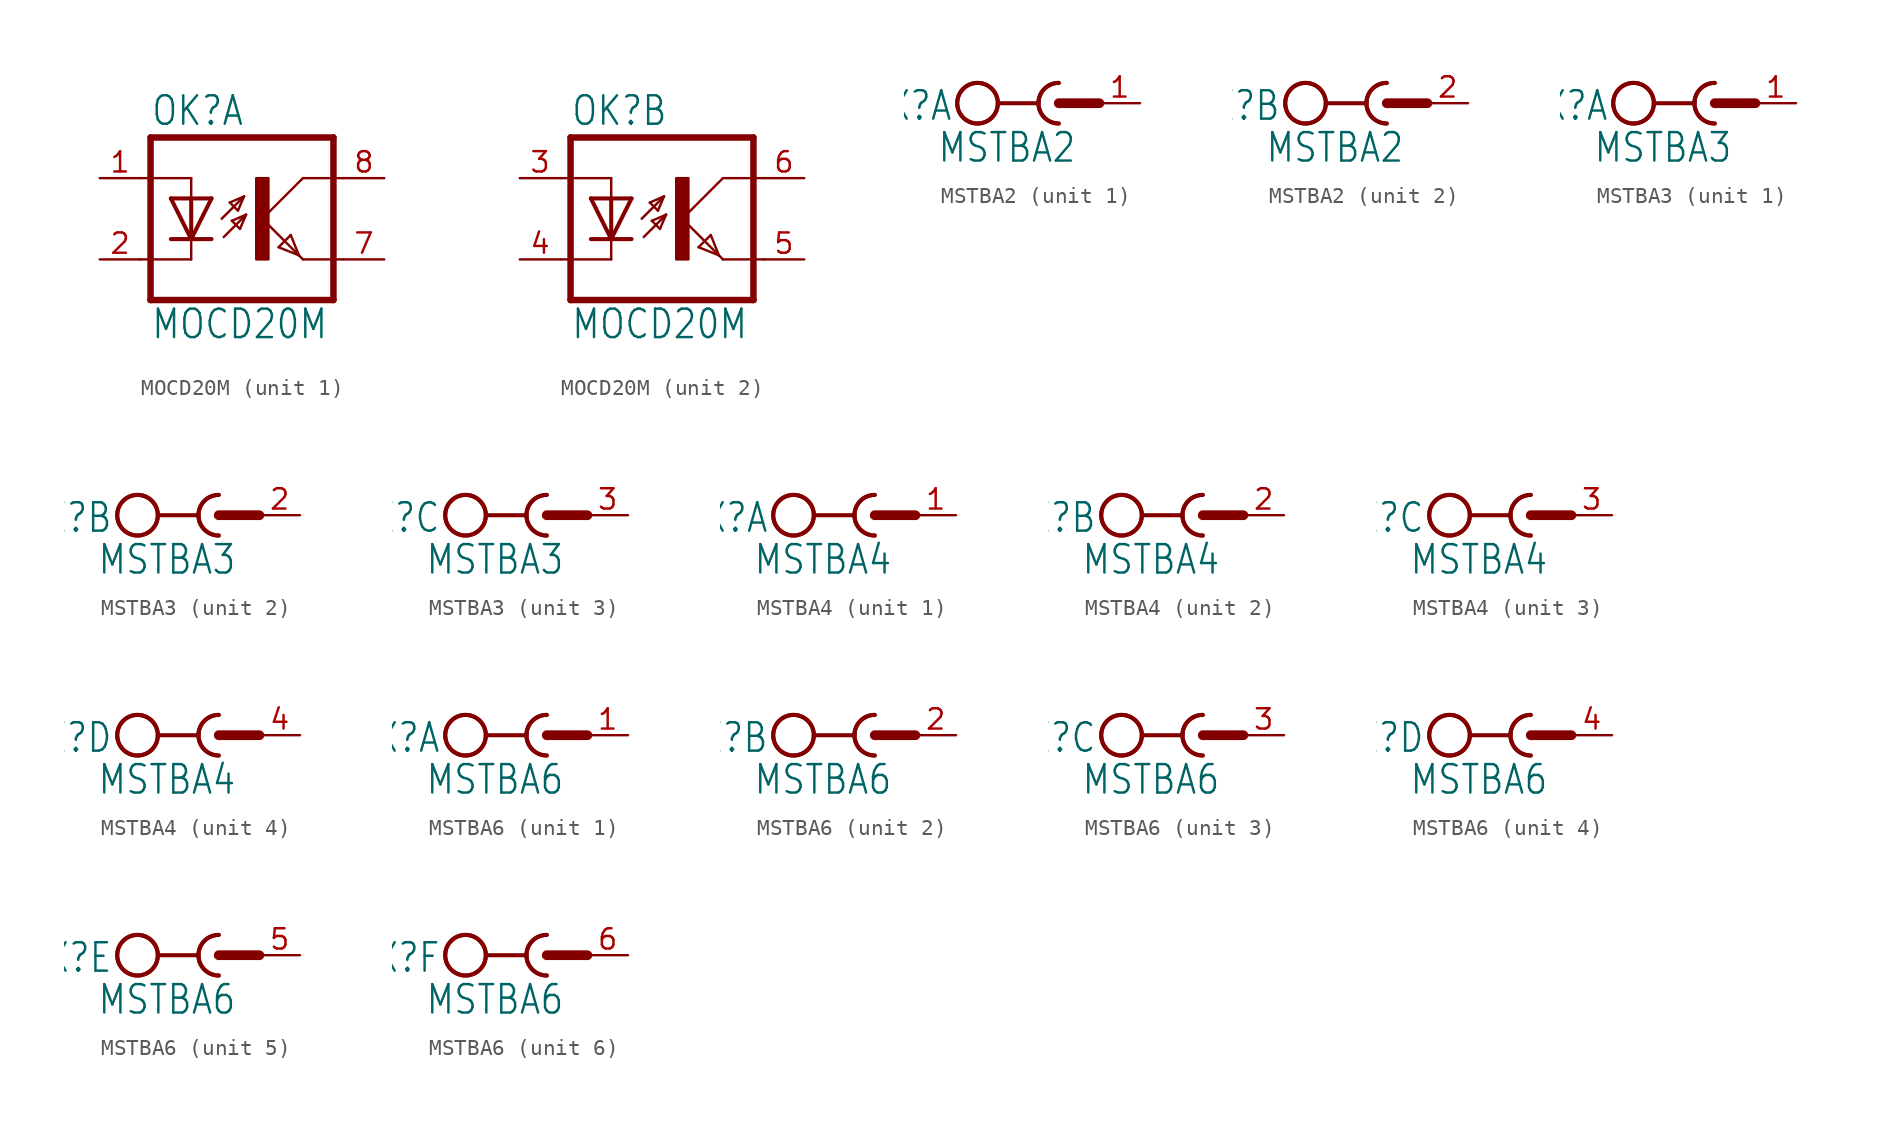
<source format=kicad_sym>
(kicad_symbol_lib
  (version 20220331)
  (generator kicad_symbol_editor)
  (symbol "MOCD20M"
    (property "Reference" "OK"
      (at -6.985 5.715 0)
      (effects (font (size 1.778 1.511)) (justify left bottom)))
    (property "Value" "MOCD20M"
      (at -6.985 -7.62 0)
      (effects (font (size 1.778 1.511)) (justify left bottom)))
    (property "ki_locked" ""
      (at 0 0 0)
      (effects (font (size 1.27 1.27))))
    (symbol "MOCD20M_1_0"
      (rectangle (start -0.381 -2.54) (end 0.381 2.54) (stroke (width 0) (type default)) (fill (type outline)))
      (polyline (pts (xy -6.985 -5.08) (xy 4.445 -5.08)) (stroke (width 0.406) (type solid)) (fill (type none)))
      (polyline (pts (xy -6.985 5.08) (xy -6.985 -5.08)) (stroke (width 0.406) (type solid)) (fill (type none)))
      (polyline (pts (xy -6.985 5.08) (xy 4.445 5.08)) (stroke (width 0.406) (type solid)) (fill (type none)))
      (polyline (pts (xy -4.445 -2.54) (xy -7.62 -2.54)) (stroke (width 0.152) (type solid)) (fill (type none)))
      (polyline (pts (xy -4.445 -1.27) (xy -5.715 -1.27)) (stroke (width 0.254) (type solid)) (fill (type none)))
      (polyline (pts (xy -4.445 -1.27) (xy -5.715 1.27)) (stroke (width 0.254) (type solid)) (fill (type none)))
      (polyline (pts (xy -4.445 -1.27) (xy -4.445 -2.54)) (stroke (width 0.152) (type solid)) (fill (type none)))
      (polyline (pts (xy -4.445 1.27) (xy -5.715 1.27)) (stroke (width 0.254) (type solid)) (fill (type none)))
      (polyline (pts (xy -4.445 1.27) (xy -4.445 -1.27)) (stroke (width 0.254) (type solid)) (fill (type none)))
      (polyline (pts (xy -4.445 2.54) (xy -7.62 2.54)) (stroke (width 0.152) (type solid)) (fill (type none)))
      (polyline (pts (xy -4.445 2.54) (xy -4.445 1.27)) (stroke (width 0.152) (type solid)) (fill (type none)))
      (polyline (pts (xy -3.175 -1.27) (xy -4.445 -1.27)) (stroke (width 0.254) (type solid)) (fill (type none)))
      (polyline (pts (xy -3.175 1.27) (xy -4.445 -1.27)) (stroke (width 0.254) (type solid)) (fill (type none)))
      (polyline (pts (xy -3.175 1.27) (xy -4.445 1.27)) (stroke (width 0.254) (type solid)) (fill (type none)))
      (polyline (pts (xy -2.54 0) (xy -1.143 1.397)) (stroke (width 0.152) (type solid)) (fill (type none)))
      (polyline (pts (xy -2.413 -1.143) (xy -1.016 0.254)) (stroke (width 0.152) (type solid)) (fill (type none)))
      (polyline (pts (xy -2.032 1.016) (xy -1.524 0.508)) (stroke (width 0.152) (type solid)) (fill (type none)))
      (polyline (pts (xy -1.905 -0.127) (xy -1.397 -0.635)) (stroke (width 0.152) (type solid)) (fill (type none)))
      (polyline (pts (xy -1.524 0.508) (xy -1.143 1.397)) (stroke (width 0.152) (type solid)) (fill (type none)))
      (polyline (pts (xy -1.397 -0.635) (xy -1.016 0.254)) (stroke (width 0.152) (type solid)) (fill (type none)))
      (polyline (pts (xy -1.143 1.397) (xy -2.032 1.016)) (stroke (width 0.152) (type solid)) (fill (type none)))
      (polyline (pts (xy -1.016 0.254) (xy -1.905 -0.127)) (stroke (width 0.152) (type solid)) (fill (type none)))
      (polyline (pts (xy 0 0) (xy 2.286 -2.286)) (stroke (width 0.152) (type solid)) (fill (type none)))
      (polyline (pts (xy 1.016 -1.778) (xy 1.778 -1.016)) (stroke (width 0.152) (type solid)) (fill (type none)))
      (polyline (pts (xy 1.778 -1.016) (xy 2.286 -2.286)) (stroke (width 0.152) (type solid)) (fill (type none)))
      (polyline (pts (xy 2.286 -2.286) (xy 1.016 -1.778)) (stroke (width 0.152) (type solid)) (fill (type none)))
      (polyline (pts (xy 2.286 -2.286) (xy 2.54 -2.54)) (stroke (width 0.152) (type solid)) (fill (type none)))
      (polyline (pts (xy 2.54 -2.54) (xy 5.08 -2.54)) (stroke (width 0.152) (type solid)) (fill (type none)))
      (polyline (pts (xy 2.54 2.54) (xy 0 0)) (stroke (width 0.152) (type solid)) (fill (type none)))
      (polyline (pts (xy 2.54 2.54) (xy 5.08 2.54)) (stroke (width 0.152) (type solid)) (fill (type none)))
      (polyline (pts (xy 4.445 5.08) (xy 4.445 -5.08)) (stroke (width 0.406) (type solid)) (fill (type none)))
      (pin passive line (at -10.16 2.54 0) (length 2.54) (name "A" (effects (font (size 0 0)))) (number "1" (effects (font (size 1.27 1.27)))))
      (pin passive line (at -10.16 -2.54 0) (length 2.54) (name "C" (effects (font (size 0 0)))) (number "2" (effects (font (size 1.27 1.27)))))
      (pin passive line (at 7.62 -2.54 180) (length 2.54) (name "EMIT" (effects (font (size 0 0)))) (number "7" (effects (font (size 1.27 1.27)))))
      (pin passive line (at 7.62 2.54 180) (length 2.54) (name "COL" (effects (font (size 0 0)))) (number "8" (effects (font (size 1.27 1.27))))))
    (symbol "MOCD20M_2_0"
      (rectangle (start -0.381 -2.54) (end 0.381 2.54) (stroke (width 0) (type default)) (fill (type outline)))
      (polyline (pts (xy -6.985 -5.08) (xy 4.445 -5.08)) (stroke (width 0.406) (type solid)) (fill (type none)))
      (polyline (pts (xy -6.985 5.08) (xy -6.985 -5.08)) (stroke (width 0.406) (type solid)) (fill (type none)))
      (polyline (pts (xy -6.985 5.08) (xy 4.445 5.08)) (stroke (width 0.406) (type solid)) (fill (type none)))
      (polyline (pts (xy -4.445 -2.54) (xy -7.62 -2.54)) (stroke (width 0.152) (type solid)) (fill (type none)))
      (polyline (pts (xy -4.445 -1.27) (xy -5.715 -1.27)) (stroke (width 0.254) (type solid)) (fill (type none)))
      (polyline (pts (xy -4.445 -1.27) (xy -5.715 1.27)) (stroke (width 0.254) (type solid)) (fill (type none)))
      (polyline (pts (xy -4.445 -1.27) (xy -4.445 -2.54)) (stroke (width 0.152) (type solid)) (fill (type none)))
      (polyline (pts (xy -4.445 1.27) (xy -5.715 1.27)) (stroke (width 0.254) (type solid)) (fill (type none)))
      (polyline (pts (xy -4.445 1.27) (xy -4.445 -1.27)) (stroke (width 0.254) (type solid)) (fill (type none)))
      (polyline (pts (xy -4.445 2.54) (xy -7.62 2.54)) (stroke (width 0.152) (type solid)) (fill (type none)))
      (polyline (pts (xy -4.445 2.54) (xy -4.445 1.27)) (stroke (width 0.152) (type solid)) (fill (type none)))
      (polyline (pts (xy -3.175 -1.27) (xy -4.445 -1.27)) (stroke (width 0.254) (type solid)) (fill (type none)))
      (polyline (pts (xy -3.175 1.27) (xy -4.445 -1.27)) (stroke (width 0.254) (type solid)) (fill (type none)))
      (polyline (pts (xy -3.175 1.27) (xy -4.445 1.27)) (stroke (width 0.254) (type solid)) (fill (type none)))
      (polyline (pts (xy -2.54 0) (xy -1.143 1.397)) (stroke (width 0.152) (type solid)) (fill (type none)))
      (polyline (pts (xy -2.413 -1.143) (xy -1.016 0.254)) (stroke (width 0.152) (type solid)) (fill (type none)))
      (polyline (pts (xy -2.032 1.016) (xy -1.524 0.508)) (stroke (width 0.152) (type solid)) (fill (type none)))
      (polyline (pts (xy -1.905 -0.127) (xy -1.397 -0.635)) (stroke (width 0.152) (type solid)) (fill (type none)))
      (polyline (pts (xy -1.524 0.508) (xy -1.143 1.397)) (stroke (width 0.152) (type solid)) (fill (type none)))
      (polyline (pts (xy -1.397 -0.635) (xy -1.016 0.254)) (stroke (width 0.152) (type solid)) (fill (type none)))
      (polyline (pts (xy -1.143 1.397) (xy -2.032 1.016)) (stroke (width 0.152) (type solid)) (fill (type none)))
      (polyline (pts (xy -1.016 0.254) (xy -1.905 -0.127)) (stroke (width 0.152) (type solid)) (fill (type none)))
      (polyline (pts (xy 0 0) (xy 2.286 -2.286)) (stroke (width 0.152) (type solid)) (fill (type none)))
      (polyline (pts (xy 1.016 -1.778) (xy 1.778 -1.016)) (stroke (width 0.152) (type solid)) (fill (type none)))
      (polyline (pts (xy 1.778 -1.016) (xy 2.286 -2.286)) (stroke (width 0.152) (type solid)) (fill (type none)))
      (polyline (pts (xy 2.286 -2.286) (xy 1.016 -1.778)) (stroke (width 0.152) (type solid)) (fill (type none)))
      (polyline (pts (xy 2.286 -2.286) (xy 2.54 -2.54)) (stroke (width 0.152) (type solid)) (fill (type none)))
      (polyline (pts (xy 2.54 -2.54) (xy 5.08 -2.54)) (stroke (width 0.152) (type solid)) (fill (type none)))
      (polyline (pts (xy 2.54 2.54) (xy 0 0)) (stroke (width 0.152) (type solid)) (fill (type none)))
      (polyline (pts (xy 2.54 2.54) (xy 5.08 2.54)) (stroke (width 0.152) (type solid)) (fill (type none)))
      (polyline (pts (xy 4.445 5.08) (xy 4.445 -5.08)) (stroke (width 0.406) (type solid)) (fill (type none)))
      (pin passive line (at -10.16 2.54 0) (length 2.54) (name "A" (effects (font (size 0 0)))) (number "3" (effects (font (size 1.27 1.27)))))
      (pin passive line (at -10.16 -2.54 0) (length 2.54) (name "C" (effects (font (size 0 0)))) (number "4" (effects (font (size 1.27 1.27)))))
      (pin passive line (at 7.62 -2.54 180) (length 2.54) (name "EMIT" (effects (font (size 0 0)))) (number "5" (effects (font (size 1.27 1.27)))))
      (pin passive line (at 7.62 2.54 180) (length 2.54) (name "COL" (effects (font (size 0 0)))) (number "6" (effects (font (size 1.27 1.27)))))))
  (symbol "MSTBA2"
    (property "Reference" "X"
      (at -6.604 0.889 0)
      (effects (font (size 1.778 1.511)) (justify right top)))
    (property "Value" "MSTBA2"
      (at -7.62 -3.81 0)
      (effects (font (size 1.778 1.511)) (justify left bottom)))
    (property "ki_locked" ""
      (at 0 0 0)
      (effects (font (size 1.27 1.27))))
    (symbol "MSTBA2_1_0"
      (circle (center -5.08 0) (radius 1.27) (stroke (width 0.254) (type solid)) (fill (type none)))
      (circle (center -5.08 0) (radius 1.27) (stroke (width 0.254) (type solid)) (fill (type none)))
      (arc (start -1.27 0) (mid -0.898 -0.898) (end 0 -1.27) (stroke (width 0.254) (type solid)) (fill (type none)))
      (polyline (pts (xy -3.81 0) (xy -1.27 0)) (stroke (width 0.254) (type solid)) (fill (type none)))
      (polyline (pts (xy 0 0) (xy 2.54 0)) (stroke (width 0.61) (type solid)) (fill (type none)))
      (arc (start 0 1.27) (mid -0.898 0.898) (end -1.27 0) (stroke (width 0.254) (type solid)) (fill (type none)))
      (arc (start 0 1.27) (mid -1.27 0) (end 0 -1.27) (stroke (width 0.254) (type solid)) (fill (type none)))
      (pin passive line (at 5.08 0 180) (length 2.54) (name "1" (effects (font (size 0 0)))) (number "1" (effects (font (size 1.27 1.27))))))
    (symbol "MSTBA2_2_0"
      (circle (center -5.08 0) (radius 1.27) (stroke (width 0.254) (type solid)) (fill (type none)))
      (circle (center -5.08 0) (radius 1.27) (stroke (width 0.254) (type solid)) (fill (type none)))
      (arc (start -1.27 0) (mid -0.898 -0.898) (end 0 -1.27) (stroke (width 0.254) (type solid)) (fill (type none)))
      (polyline (pts (xy -3.81 0) (xy -1.27 0)) (stroke (width 0.254) (type solid)) (fill (type none)))
      (polyline (pts (xy 0 0) (xy 2.54 0)) (stroke (width 0.61) (type solid)) (fill (type none)))
      (arc (start 0 1.27) (mid -0.898 0.898) (end -1.27 0) (stroke (width 0.254) (type solid)) (fill (type none)))
      (arc (start 0 1.27) (mid -1.27 0) (end 0 -1.27) (stroke (width 0.254) (type solid)) (fill (type none)))
      (pin passive line (at 5.08 0 180) (length 2.54) (name "1" (effects (font (size 0 0)))) (number "2" (effects (font (size 1.27 1.27)))))))
  (symbol "MSTBA3"
    (property "Reference" "X"
      (at -6.604 0.889 0)
      (effects (font (size 1.778 1.511)) (justify right top)))
    (property "Value" "MSTBA3"
      (at -7.62 -3.81 0)
      (effects (font (size 1.778 1.511)) (justify left bottom)))
    (property "ki_locked" ""
      (at 0 0 0)
      (effects (font (size 1.27 1.27))))
    (symbol "MSTBA3_1_0"
      (circle (center -5.08 0) (radius 1.27) (stroke (width 0.254) (type solid)) (fill (type none)))
      (circle (center -5.08 0) (radius 1.27) (stroke (width 0.254) (type solid)) (fill (type none)))
      (arc (start -1.27 0) (mid -0.898 -0.898) (end 0 -1.27) (stroke (width 0.254) (type solid)) (fill (type none)))
      (polyline (pts (xy -3.81 0) (xy -1.27 0)) (stroke (width 0.254) (type solid)) (fill (type none)))
      (polyline (pts (xy 0 0) (xy 2.54 0)) (stroke (width 0.61) (type solid)) (fill (type none)))
      (arc (start 0 1.27) (mid -0.898 0.898) (end -1.27 0) (stroke (width 0.254) (type solid)) (fill (type none)))
      (arc (start 0 1.27) (mid -1.27 0) (end 0 -1.27) (stroke (width 0.254) (type solid)) (fill (type none)))
      (pin passive line (at 5.08 0 180) (length 2.54) (name "1" (effects (font (size 0 0)))) (number "1" (effects (font (size 1.27 1.27))))))
    (symbol "MSTBA3_2_0"
      (circle (center -5.08 0) (radius 1.27) (stroke (width 0.254) (type solid)) (fill (type none)))
      (circle (center -5.08 0) (radius 1.27) (stroke (width 0.254) (type solid)) (fill (type none)))
      (arc (start -1.27 0) (mid -0.898 -0.898) (end 0 -1.27) (stroke (width 0.254) (type solid)) (fill (type none)))
      (polyline (pts (xy -3.81 0) (xy -1.27 0)) (stroke (width 0.254) (type solid)) (fill (type none)))
      (polyline (pts (xy 0 0) (xy 2.54 0)) (stroke (width 0.61) (type solid)) (fill (type none)))
      (arc (start 0 1.27) (mid -0.898 0.898) (end -1.27 0) (stroke (width 0.254) (type solid)) (fill (type none)))
      (arc (start 0 1.27) (mid -1.27 0) (end 0 -1.27) (stroke (width 0.254) (type solid)) (fill (type none)))
      (pin passive line (at 5.08 0 180) (length 2.54) (name "1" (effects (font (size 0 0)))) (number "2" (effects (font (size 1.27 1.27))))))
    (symbol "MSTBA3_3_0"
      (circle (center -5.08 0) (radius 1.27) (stroke (width 0.254) (type solid)) (fill (type none)))
      (circle (center -5.08 0) (radius 1.27) (stroke (width 0.254) (type solid)) (fill (type none)))
      (arc (start -1.27 0) (mid -0.898 -0.898) (end 0 -1.27) (stroke (width 0.254) (type solid)) (fill (type none)))
      (polyline (pts (xy -3.81 0) (xy -1.27 0)) (stroke (width 0.254) (type solid)) (fill (type none)))
      (polyline (pts (xy 0 0) (xy 2.54 0)) (stroke (width 0.61) (type solid)) (fill (type none)))
      (arc (start 0 1.27) (mid -0.898 0.898) (end -1.27 0) (stroke (width 0.254) (type solid)) (fill (type none)))
      (arc (start 0 1.27) (mid -1.27 0) (end 0 -1.27) (stroke (width 0.254) (type solid)) (fill (type none)))
      (pin passive line (at 5.08 0 180) (length 2.54) (name "1" (effects (font (size 0 0)))) (number "3" (effects (font (size 1.27 1.27)))))))
  (symbol "MSTBA4"
    (property "Reference" "X"
      (at -6.604 0.889 0)
      (effects (font (size 1.778 1.511)) (justify right top)))
    (property "Value" "MSTBA4"
      (at -7.62 -3.81 0)
      (effects (font (size 1.778 1.511)) (justify left bottom)))
    (property "ki_locked" ""
      (at 0 0 0)
      (effects (font (size 1.27 1.27))))
    (symbol "MSTBA4_1_0"
      (circle (center -5.08 0) (radius 1.27) (stroke (width 0.254) (type solid)) (fill (type none)))
      (circle (center -5.08 0) (radius 1.27) (stroke (width 0.254) (type solid)) (fill (type none)))
      (arc (start -1.27 0) (mid -0.898 -0.898) (end 0 -1.27) (stroke (width 0.254) (type solid)) (fill (type none)))
      (polyline (pts (xy -3.81 0) (xy -1.27 0)) (stroke (width 0.254) (type solid)) (fill (type none)))
      (polyline (pts (xy 0 0) (xy 2.54 0)) (stroke (width 0.61) (type solid)) (fill (type none)))
      (arc (start 0 1.27) (mid -0.898 0.898) (end -1.27 0) (stroke (width 0.254) (type solid)) (fill (type none)))
      (arc (start 0 1.27) (mid -1.27 0) (end 0 -1.27) (stroke (width 0.254) (type solid)) (fill (type none)))
      (pin passive line (at 5.08 0 180) (length 2.54) (name "1" (effects (font (size 0 0)))) (number "1" (effects (font (size 1.27 1.27))))))
    (symbol "MSTBA4_2_0"
      (circle (center -5.08 0) (radius 1.27) (stroke (width 0.254) (type solid)) (fill (type none)))
      (circle (center -5.08 0) (radius 1.27) (stroke (width 0.254) (type solid)) (fill (type none)))
      (arc (start -1.27 0) (mid -0.898 -0.898) (end 0 -1.27) (stroke (width 0.254) (type solid)) (fill (type none)))
      (polyline (pts (xy -3.81 0) (xy -1.27 0)) (stroke (width 0.254) (type solid)) (fill (type none)))
      (polyline (pts (xy 0 0) (xy 2.54 0)) (stroke (width 0.61) (type solid)) (fill (type none)))
      (arc (start 0 1.27) (mid -0.898 0.898) (end -1.27 0) (stroke (width 0.254) (type solid)) (fill (type none)))
      (arc (start 0 1.27) (mid -1.27 0) (end 0 -1.27) (stroke (width 0.254) (type solid)) (fill (type none)))
      (pin passive line (at 5.08 0 180) (length 2.54) (name "1" (effects (font (size 0 0)))) (number "2" (effects (font (size 1.27 1.27))))))
    (symbol "MSTBA4_3_0"
      (circle (center -5.08 0) (radius 1.27) (stroke (width 0.254) (type solid)) (fill (type none)))
      (circle (center -5.08 0) (radius 1.27) (stroke (width 0.254) (type solid)) (fill (type none)))
      (arc (start -1.27 0) (mid -0.898 -0.898) (end 0 -1.27) (stroke (width 0.254) (type solid)) (fill (type none)))
      (polyline (pts (xy -3.81 0) (xy -1.27 0)) (stroke (width 0.254) (type solid)) (fill (type none)))
      (polyline (pts (xy 0 0) (xy 2.54 0)) (stroke (width 0.61) (type solid)) (fill (type none)))
      (arc (start 0 1.27) (mid -0.898 0.898) (end -1.27 0) (stroke (width 0.254) (type solid)) (fill (type none)))
      (arc (start 0 1.27) (mid -1.27 0) (end 0 -1.27) (stroke (width 0.254) (type solid)) (fill (type none)))
      (pin passive line (at 5.08 0 180) (length 2.54) (name "1" (effects (font (size 0 0)))) (number "3" (effects (font (size 1.27 1.27))))))
    (symbol "MSTBA4_4_0"
      (circle (center -5.08 0) (radius 1.27) (stroke (width 0.254) (type solid)) (fill (type none)))
      (circle (center -5.08 0) (radius 1.27) (stroke (width 0.254) (type solid)) (fill (type none)))
      (arc (start -1.27 0) (mid -0.898 -0.898) (end 0 -1.27) (stroke (width 0.254) (type solid)) (fill (type none)))
      (polyline (pts (xy -3.81 0) (xy -1.27 0)) (stroke (width 0.254) (type solid)) (fill (type none)))
      (polyline (pts (xy 0 0) (xy 2.54 0)) (stroke (width 0.61) (type solid)) (fill (type none)))
      (arc (start 0 1.27) (mid -0.898 0.898) (end -1.27 0) (stroke (width 0.254) (type solid)) (fill (type none)))
      (arc (start 0 1.27) (mid -1.27 0) (end 0 -1.27) (stroke (width 0.254) (type solid)) (fill (type none)))
      (pin passive line (at 5.08 0 180) (length 2.54) (name "1" (effects (font (size 0 0)))) (number "4" (effects (font (size 1.27 1.27)))))))
  (symbol "MSTBA6"
    (property "Reference" "X"
      (at -6.604 0.889 0)
      (effects (font (size 1.778 1.511)) (justify right top)))
    (property "Value" "MSTBA6"
      (at -7.62 -3.81 0)
      (effects (font (size 1.778 1.511)) (justify left bottom)))
    (property "ki_locked" ""
      (at 0 0 0)
      (effects (font (size 1.27 1.27))))
    (symbol "MSTBA6_1_0"
      (circle (center -5.08 0) (radius 1.27) (stroke (width 0.254) (type solid)) (fill (type none)))
      (circle (center -5.08 0) (radius 1.27) (stroke (width 0.254) (type solid)) (fill (type none)))
      (arc (start -1.27 0) (mid -0.898 -0.898) (end 0 -1.27) (stroke (width 0.254) (type solid)) (fill (type none)))
      (polyline (pts (xy -3.81 0) (xy -1.27 0)) (stroke (width 0.254) (type solid)) (fill (type none)))
      (polyline (pts (xy 0 0) (xy 2.54 0)) (stroke (width 0.61) (type solid)) (fill (type none)))
      (arc (start 0 1.27) (mid -0.898 0.898) (end -1.27 0) (stroke (width 0.254) (type solid)) (fill (type none)))
      (arc (start 0 1.27) (mid -1.27 0) (end 0 -1.27) (stroke (width 0.254) (type solid)) (fill (type none)))
      (pin passive line (at 5.08 0 180) (length 2.54) (name "1" (effects (font (size 0 0)))) (number "1" (effects (font (size 1.27 1.27))))))
    (symbol "MSTBA6_2_0"
      (circle (center -5.08 0) (radius 1.27) (stroke (width 0.254) (type solid)) (fill (type none)))
      (circle (center -5.08 0) (radius 1.27) (stroke (width 0.254) (type solid)) (fill (type none)))
      (arc (start -1.27 0) (mid -0.898 -0.898) (end 0 -1.27) (stroke (width 0.254) (type solid)) (fill (type none)))
      (polyline (pts (xy -3.81 0) (xy -1.27 0)) (stroke (width 0.254) (type solid)) (fill (type none)))
      (polyline (pts (xy 0 0) (xy 2.54 0)) (stroke (width 0.61) (type solid)) (fill (type none)))
      (arc (start 0 1.27) (mid -0.898 0.898) (end -1.27 0) (stroke (width 0.254) (type solid)) (fill (type none)))
      (arc (start 0 1.27) (mid -1.27 0) (end 0 -1.27) (stroke (width 0.254) (type solid)) (fill (type none)))
      (pin passive line (at 5.08 0 180) (length 2.54) (name "1" (effects (font (size 0 0)))) (number "2" (effects (font (size 1.27 1.27))))))
    (symbol "MSTBA6_3_0"
      (circle (center -5.08 0) (radius 1.27) (stroke (width 0.254) (type solid)) (fill (type none)))
      (circle (center -5.08 0) (radius 1.27) (stroke (width 0.254) (type solid)) (fill (type none)))
      (arc (start -1.27 0) (mid -0.898 -0.898) (end 0 -1.27) (stroke (width 0.254) (type solid)) (fill (type none)))
      (polyline (pts (xy -3.81 0) (xy -1.27 0)) (stroke (width 0.254) (type solid)) (fill (type none)))
      (polyline (pts (xy 0 0) (xy 2.54 0)) (stroke (width 0.61) (type solid)) (fill (type none)))
      (arc (start 0 1.27) (mid -0.898 0.898) (end -1.27 0) (stroke (width 0.254) (type solid)) (fill (type none)))
      (arc (start 0 1.27) (mid -1.27 0) (end 0 -1.27) (stroke (width 0.254) (type solid)) (fill (type none)))
      (pin passive line (at 5.08 0 180) (length 2.54) (name "1" (effects (font (size 0 0)))) (number "3" (effects (font (size 1.27 1.27))))))
    (symbol "MSTBA6_4_0"
      (circle (center -5.08 0) (radius 1.27) (stroke (width 0.254) (type solid)) (fill (type none)))
      (circle (center -5.08 0) (radius 1.27) (stroke (width 0.254) (type solid)) (fill (type none)))
      (arc (start -1.27 0) (mid -0.898 -0.898) (end 0 -1.27) (stroke (width 0.254) (type solid)) (fill (type none)))
      (polyline (pts (xy -3.81 0) (xy -1.27 0)) (stroke (width 0.254) (type solid)) (fill (type none)))
      (polyline (pts (xy 0 0) (xy 2.54 0)) (stroke (width 0.61) (type solid)) (fill (type none)))
      (arc (start 0 1.27) (mid -0.898 0.898) (end -1.27 0) (stroke (width 0.254) (type solid)) (fill (type none)))
      (arc (start 0 1.27) (mid -1.27 0) (end 0 -1.27) (stroke (width 0.254) (type solid)) (fill (type none)))
      (pin passive line (at 5.08 0 180) (length 2.54) (name "1" (effects (font (size 0 0)))) (number "4" (effects (font (size 1.27 1.27))))))
    (symbol "MSTBA6_5_0"
      (circle (center -5.08 0) (radius 1.27) (stroke (width 0.254) (type solid)) (fill (type none)))
      (circle (center -5.08 0) (radius 1.27) (stroke (width 0.254) (type solid)) (fill (type none)))
      (arc (start -1.27 0) (mid -0.898 -0.898) (end 0 -1.27) (stroke (width 0.254) (type solid)) (fill (type none)))
      (polyline (pts (xy -3.81 0) (xy -1.27 0)) (stroke (width 0.254) (type solid)) (fill (type none)))
      (polyline (pts (xy 0 0) (xy 2.54 0)) (stroke (width 0.61) (type solid)) (fill (type none)))
      (arc (start 0 1.27) (mid -0.898 0.898) (end -1.27 0) (stroke (width 0.254) (type solid)) (fill (type none)))
      (arc (start 0 1.27) (mid -1.27 0) (end 0 -1.27) (stroke (width 0.254) (type solid)) (fill (type none)))
      (pin passive line (at 5.08 0 180) (length 2.54) (name "1" (effects (font (size 0 0)))) (number "5" (effects (font (size 1.27 1.27))))))
    (symbol "MSTBA6_6_0"
      (circle (center -5.08 0) (radius 1.27) (stroke (width 0.254) (type solid)) (fill (type none)))
      (circle (center -5.08 0) (radius 1.27) (stroke (width 0.254) (type solid)) (fill (type none)))
      (arc (start -1.27 0) (mid -0.898 -0.898) (end 0 -1.27) (stroke (width 0.254) (type solid)) (fill (type none)))
      (polyline (pts (xy -3.81 0) (xy -1.27 0)) (stroke (width 0.254) (type solid)) (fill (type none)))
      (polyline (pts (xy 0 0) (xy 2.54 0)) (stroke (width 0.61) (type solid)) (fill (type none)))
      (arc (start 0 1.27) (mid -0.898 0.898) (end -1.27 0) (stroke (width 0.254) (type solid)) (fill (type none)))
      (arc (start 0 1.27) (mid -1.27 0) (end 0 -1.27) (stroke (width 0.254) (type solid)) (fill (type none)))
      (pin passive line (at 5.08 0 180) (length 2.54) (name "1" (effects (font (size 0 0)))) (number "6" (effects (font (size 1.27 1.27))))))))
</source>
